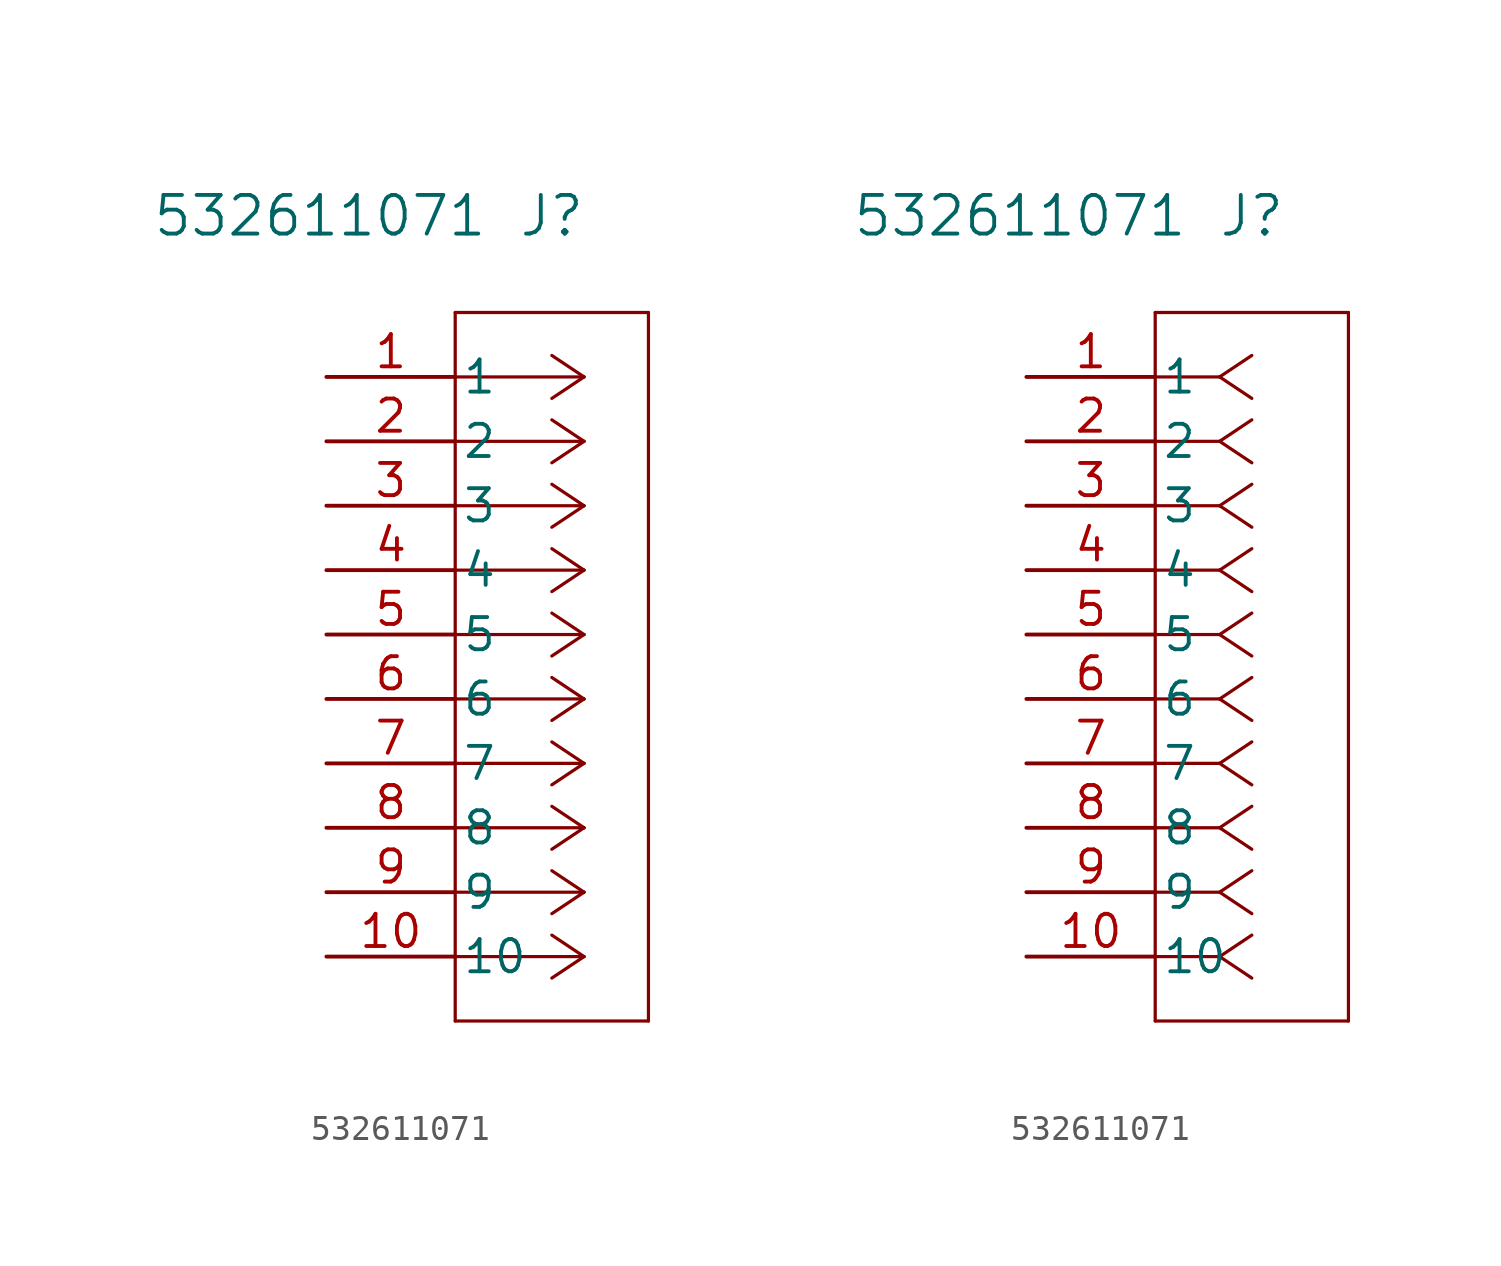
<source format=kicad_sym>
(kicad_symbol_lib
  (version 20231120)
  (generator "kicad_symbol_editor")
  (generator_version "8.0")
  (symbol "532611071"
    (pin_names
      (offset 0.254))
    (property "Reference" "J"
      (at 8.89 6.35 0)
      (effects (font (size 1.524 1.524))))
    (property "Value" "532611071"
      (at -0.254 6.35 0)
      (effects (font (size 1.524 1.524))))
    (property "ki_locked" ""
      (at 0 0 0)
      (effects (font (size 1.27 1.27))))
    (symbol "532611071_1_1"
      (polyline (pts (xy 5.08 -25.4) (xy 12.7 -25.4)) (stroke (width 0.127) (type default)) (fill (type none)))
      (polyline (pts (xy 5.08 2.54) (xy 5.08 -25.4)) (stroke (width 0.127) (type default)) (fill (type none)))
      (polyline (pts (xy 10.16 -22.86) (xy 5.08 -22.86)) (stroke (width 0.127) (type default)) (fill (type none)))
      (polyline (pts (xy 10.16 -22.86) (xy 8.89 -23.707)) (stroke (width 0.127) (type default)) (fill (type none)))
      (polyline (pts (xy 10.16 -22.86) (xy 8.89 -22.013)) (stroke (width 0.127) (type default)) (fill (type none)))
      (polyline (pts (xy 10.16 -20.32) (xy 5.08 -20.32)) (stroke (width 0.127) (type default)) (fill (type none)))
      (polyline (pts (xy 10.16 -20.32) (xy 8.89 -21.167)) (stroke (width 0.127) (type default)) (fill (type none)))
      (polyline (pts (xy 10.16 -20.32) (xy 8.89 -19.473)) (stroke (width 0.127) (type default)) (fill (type none)))
      (polyline (pts (xy 10.16 -17.78) (xy 5.08 -17.78)) (stroke (width 0.127) (type default)) (fill (type none)))
      (polyline (pts (xy 10.16 -17.78) (xy 8.89 -18.627)) (stroke (width 0.127) (type default)) (fill (type none)))
      (polyline (pts (xy 10.16 -17.78) (xy 8.89 -16.933)) (stroke (width 0.127) (type default)) (fill (type none)))
      (polyline (pts (xy 10.16 -15.24) (xy 5.08 -15.24)) (stroke (width 0.127) (type default)) (fill (type none)))
      (polyline (pts (xy 10.16 -15.24) (xy 8.89 -16.087)) (stroke (width 0.127) (type default)) (fill (type none)))
      (polyline (pts (xy 10.16 -15.24) (xy 8.89 -14.393)) (stroke (width 0.127) (type default)) (fill (type none)))
      (polyline (pts (xy 10.16 -12.7) (xy 5.08 -12.7)) (stroke (width 0.127) (type default)) (fill (type none)))
      (polyline (pts (xy 10.16 -12.7) (xy 8.89 -13.547)) (stroke (width 0.127) (type default)) (fill (type none)))
      (polyline (pts (xy 10.16 -12.7) (xy 8.89 -11.853)) (stroke (width 0.127) (type default)) (fill (type none)))
      (polyline (pts (xy 10.16 -10.16) (xy 5.08 -10.16)) (stroke (width 0.127) (type default)) (fill (type none)))
      (polyline (pts (xy 10.16 -10.16) (xy 8.89 -11.007)) (stroke (width 0.127) (type default)) (fill (type none)))
      (polyline (pts (xy 10.16 -10.16) (xy 8.89 -9.313)) (stroke (width 0.127) (type default)) (fill (type none)))
      (polyline (pts (xy 10.16 -7.62) (xy 5.08 -7.62)) (stroke (width 0.127) (type default)) (fill (type none)))
      (polyline (pts (xy 10.16 -7.62) (xy 8.89 -8.467)) (stroke (width 0.127) (type default)) (fill (type none)))
      (polyline (pts (xy 10.16 -7.62) (xy 8.89 -6.773)) (stroke (width 0.127) (type default)) (fill (type none)))
      (polyline (pts (xy 10.16 -5.08) (xy 5.08 -5.08)) (stroke (width 0.127) (type default)) (fill (type none)))
      (polyline (pts (xy 10.16 -5.08) (xy 8.89 -5.927)) (stroke (width 0.127) (type default)) (fill (type none)))
      (polyline (pts (xy 10.16 -5.08) (xy 8.89 -4.233)) (stroke (width 0.127) (type default)) (fill (type none)))
      (polyline (pts (xy 10.16 -2.54) (xy 5.08 -2.54)) (stroke (width 0.127) (type default)) (fill (type none)))
      (polyline (pts (xy 10.16 -2.54) (xy 8.89 -3.387)) (stroke (width 0.127) (type default)) (fill (type none)))
      (polyline (pts (xy 10.16 -2.54) (xy 8.89 -1.693)) (stroke (width 0.127) (type default)) (fill (type none)))
      (polyline (pts (xy 10.16 0) (xy 5.08 0)) (stroke (width 0.127) (type default)) (fill (type none)))
      (polyline (pts (xy 10.16 0) (xy 8.89 -0.847)) (stroke (width 0.127) (type default)) (fill (type none)))
      (polyline (pts (xy 10.16 0) (xy 8.89 0.847)) (stroke (width 0.127) (type default)) (fill (type none)))
      (polyline (pts (xy 12.7 -25.4) (xy 12.7 2.54)) (stroke (width 0.127) (type default)) (fill (type none)))
      (polyline (pts (xy 12.7 2.54) (xy 5.08 2.54)) (stroke (width 0.127) (type default)) (fill (type none)))
      (pin passive line (at 0 0 0) (length 5.08) (name "1" (effects (font (size 1.27 1.27)))) (number "1" (effects (font (size 1.27 1.27)))))
      (pin passive line (at 0 -22.86 0) (length 5.08) (name "10" (effects (font (size 1.27 1.27)))) (number "10" (effects (font (size 1.27 1.27)))))
      (pin passive line (at 0 -2.54 0) (length 5.08) (name "2" (effects (font (size 1.27 1.27)))) (number "2" (effects (font (size 1.27 1.27)))))
      (pin passive line (at 0 -5.08 0) (length 5.08) (name "3" (effects (font (size 1.27 1.27)))) (number "3" (effects (font (size 1.27 1.27)))))
      (pin passive line (at 0 -7.62 0) (length 5.08) (name "4" (effects (font (size 1.27 1.27)))) (number "4" (effects (font (size 1.27 1.27)))))
      (pin passive line (at 0 -10.16 0) (length 5.08) (name "5" (effects (font (size 1.27 1.27)))) (number "5" (effects (font (size 1.27 1.27)))))
      (pin passive line (at 0 -12.7 0) (length 5.08) (name "6" (effects (font (size 1.27 1.27)))) (number "6" (effects (font (size 1.27 1.27)))))
      (pin passive line (at 0 -15.24 0) (length 5.08) (name "7" (effects (font (size 1.27 1.27)))) (number "7" (effects (font (size 1.27 1.27)))))
      (pin passive line (at 0 -17.78 0) (length 5.08) (name "8" (effects (font (size 1.27 1.27)))) (number "8" (effects (font (size 1.27 1.27)))))
      (pin passive line (at 0 -20.32 0) (length 5.08) (name "9" (effects (font (size 1.27 1.27)))) (number "9" (effects (font (size 1.27 1.27))))))
    (symbol "532611071_1_2"
      (polyline (pts (xy 5.08 -25.4) (xy 12.7 -25.4)) (stroke (width 0.127) (type default)) (fill (type none)))
      (polyline (pts (xy 5.08 2.54) (xy 5.08 -25.4)) (stroke (width 0.127) (type default)) (fill (type none)))
      (polyline (pts (xy 7.62 -22.86) (xy 5.08 -22.86)) (stroke (width 0.127) (type default)) (fill (type none)))
      (polyline (pts (xy 7.62 -22.86) (xy 8.89 -23.707)) (stroke (width 0.127) (type default)) (fill (type none)))
      (polyline (pts (xy 7.62 -22.86) (xy 8.89 -22.013)) (stroke (width 0.127) (type default)) (fill (type none)))
      (polyline (pts (xy 7.62 -20.32) (xy 5.08 -20.32)) (stroke (width 0.127) (type default)) (fill (type none)))
      (polyline (pts (xy 7.62 -20.32) (xy 8.89 -21.167)) (stroke (width 0.127) (type default)) (fill (type none)))
      (polyline (pts (xy 7.62 -20.32) (xy 8.89 -19.473)) (stroke (width 0.127) (type default)) (fill (type none)))
      (polyline (pts (xy 7.62 -17.78) (xy 5.08 -17.78)) (stroke (width 0.127) (type default)) (fill (type none)))
      (polyline (pts (xy 7.62 -17.78) (xy 8.89 -18.627)) (stroke (width 0.127) (type default)) (fill (type none)))
      (polyline (pts (xy 7.62 -17.78) (xy 8.89 -16.933)) (stroke (width 0.127) (type default)) (fill (type none)))
      (polyline (pts (xy 7.62 -15.24) (xy 5.08 -15.24)) (stroke (width 0.127) (type default)) (fill (type none)))
      (polyline (pts (xy 7.62 -15.24) (xy 8.89 -16.087)) (stroke (width 0.127) (type default)) (fill (type none)))
      (polyline (pts (xy 7.62 -15.24) (xy 8.89 -14.393)) (stroke (width 0.127) (type default)) (fill (type none)))
      (polyline (pts (xy 7.62 -12.7) (xy 5.08 -12.7)) (stroke (width 0.127) (type default)) (fill (type none)))
      (polyline (pts (xy 7.62 -12.7) (xy 8.89 -13.547)) (stroke (width 0.127) (type default)) (fill (type none)))
      (polyline (pts (xy 7.62 -12.7) (xy 8.89 -11.853)) (stroke (width 0.127) (type default)) (fill (type none)))
      (polyline (pts (xy 7.62 -10.16) (xy 5.08 -10.16)) (stroke (width 0.127) (type default)) (fill (type none)))
      (polyline (pts (xy 7.62 -10.16) (xy 8.89 -11.007)) (stroke (width 0.127) (type default)) (fill (type none)))
      (polyline (pts (xy 7.62 -10.16) (xy 8.89 -9.313)) (stroke (width 0.127) (type default)) (fill (type none)))
      (polyline (pts (xy 7.62 -7.62) (xy 5.08 -7.62)) (stroke (width 0.127) (type default)) (fill (type none)))
      (polyline (pts (xy 7.62 -7.62) (xy 8.89 -8.467)) (stroke (width 0.127) (type default)) (fill (type none)))
      (polyline (pts (xy 7.62 -7.62) (xy 8.89 -6.773)) (stroke (width 0.127) (type default)) (fill (type none)))
      (polyline (pts (xy 7.62 -5.08) (xy 5.08 -5.08)) (stroke (width 0.127) (type default)) (fill (type none)))
      (polyline (pts (xy 7.62 -5.08) (xy 8.89 -5.927)) (stroke (width 0.127) (type default)) (fill (type none)))
      (polyline (pts (xy 7.62 -5.08) (xy 8.89 -4.233)) (stroke (width 0.127) (type default)) (fill (type none)))
      (polyline (pts (xy 7.62 -2.54) (xy 5.08 -2.54)) (stroke (width 0.127) (type default)) (fill (type none)))
      (polyline (pts (xy 7.62 -2.54) (xy 8.89 -3.387)) (stroke (width 0.127) (type default)) (fill (type none)))
      (polyline (pts (xy 7.62 -2.54) (xy 8.89 -1.693)) (stroke (width 0.127) (type default)) (fill (type none)))
      (polyline (pts (xy 7.62 0) (xy 5.08 0)) (stroke (width 0.127) (type default)) (fill (type none)))
      (polyline (pts (xy 7.62 0) (xy 8.89 -0.847)) (stroke (width 0.127) (type default)) (fill (type none)))
      (polyline (pts (xy 7.62 0) (xy 8.89 0.847)) (stroke (width 0.127) (type default)) (fill (type none)))
      (polyline (pts (xy 12.7 -25.4) (xy 12.7 2.54)) (stroke (width 0.127) (type default)) (fill (type none)))
      (polyline (pts (xy 12.7 2.54) (xy 5.08 2.54)) (stroke (width 0.127) (type default)) (fill (type none)))
      (pin unspecified line (at 0 0 0) (length 5.08) (name "1" (effects (font (size 1.27 1.27)))) (number "1" (effects (font (size 1.27 1.27)))))
      (pin unspecified line (at 0 -22.86 0) (length 5.08) (name "10" (effects (font (size 1.27 1.27)))) (number "10" (effects (font (size 1.27 1.27)))))
      (pin unspecified line (at 0 -2.54 0) (length 5.08) (name "2" (effects (font (size 1.27 1.27)))) (number "2" (effects (font (size 1.27 1.27)))))
      (pin unspecified line (at 0 -5.08 0) (length 5.08) (name "3" (effects (font (size 1.27 1.27)))) (number "3" (effects (font (size 1.27 1.27)))))
      (pin unspecified line (at 0 -7.62 0) (length 5.08) (name "4" (effects (font (size 1.27 1.27)))) (number "4" (effects (font (size 1.27 1.27)))))
      (pin unspecified line (at 0 -10.16 0) (length 5.08) (name "5" (effects (font (size 1.27 1.27)))) (number "5" (effects (font (size 1.27 1.27)))))
      (pin unspecified line (at 0 -12.7 0) (length 5.08) (name "6" (effects (font (size 1.27 1.27)))) (number "6" (effects (font (size 1.27 1.27)))))
      (pin unspecified line (at 0 -15.24 0) (length 5.08) (name "7" (effects (font (size 1.27 1.27)))) (number "7" (effects (font (size 1.27 1.27)))))
      (pin unspecified line (at 0 -17.78 0) (length 5.08) (name "8" (effects (font (size 1.27 1.27)))) (number "8" (effects (font (size 1.27 1.27)))))
      (pin unspecified line (at 0 -20.32 0) (length 5.08) (name "9" (effects (font (size 1.27 1.27)))) (number "9" (effects (font (size 1.27 1.27))))))))
</source>
